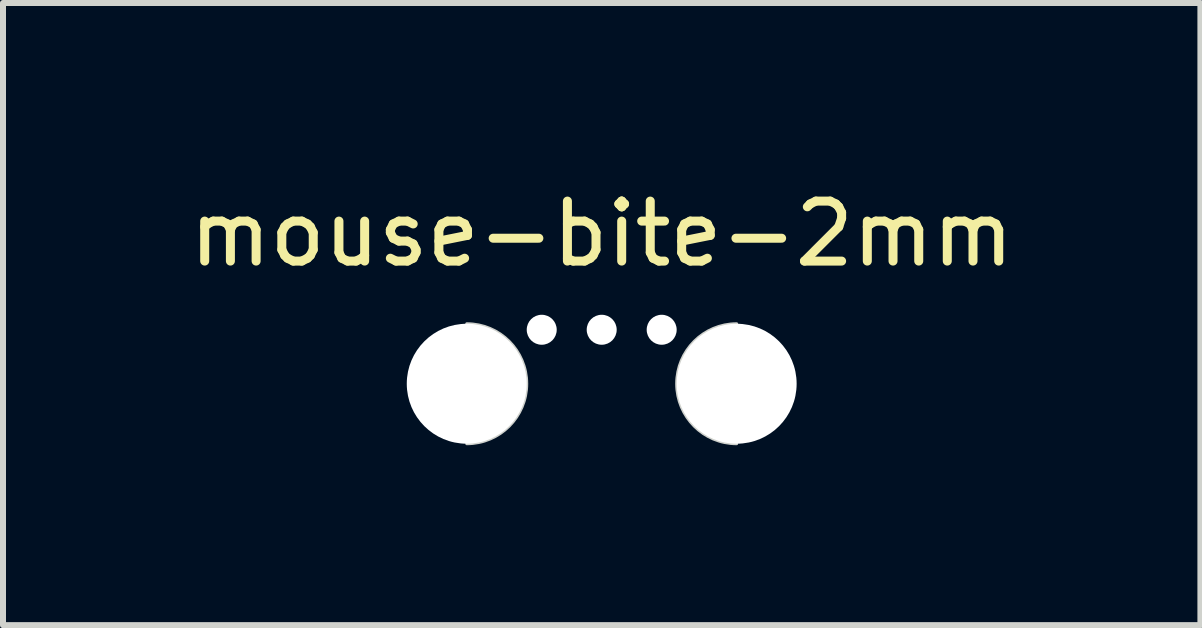
<source format=kicad_pcb>
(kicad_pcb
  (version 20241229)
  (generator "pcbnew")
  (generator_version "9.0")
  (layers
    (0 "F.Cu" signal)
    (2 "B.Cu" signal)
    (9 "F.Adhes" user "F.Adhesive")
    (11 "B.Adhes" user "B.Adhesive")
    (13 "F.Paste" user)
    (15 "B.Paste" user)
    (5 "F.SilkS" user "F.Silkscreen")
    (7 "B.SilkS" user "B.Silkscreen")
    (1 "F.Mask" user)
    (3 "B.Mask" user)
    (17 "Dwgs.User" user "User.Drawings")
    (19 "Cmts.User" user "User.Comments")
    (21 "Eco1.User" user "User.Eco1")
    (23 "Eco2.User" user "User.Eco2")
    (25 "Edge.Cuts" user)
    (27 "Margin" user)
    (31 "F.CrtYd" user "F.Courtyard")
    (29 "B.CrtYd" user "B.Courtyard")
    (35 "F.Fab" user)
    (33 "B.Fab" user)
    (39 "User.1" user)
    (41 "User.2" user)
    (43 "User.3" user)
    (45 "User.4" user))
  (footprint "mouse-bite-2mm"
    (layer "F.Cu")
    (at 6.982 3.348)
    (property "Reference" "mouse-bite-2mm" (at 0 -2.5 0) (layer "F.SilkS") (effects (font (size 1 1) (thickness 0.15))))
    (attr exclude_from_pos_files exclude_from_bom)
    (fp_arc (start -2.25 -1) (mid -1.25 0) (end -2.25 1) (stroke (width 0.05) (type default)) (layer "Edge.Cuts"))
    (fp_arc (start 2.25 1) (mid 1.25 0) (end 2.25 -1) (stroke (width 0.05) (type default)) (layer "Edge.Cuts"))
    (pad "" np_thru_hole circle (at -2.25 0 180) (size 2 2) (drill 2) (layers "*.Cu"))
    (pad "" np_thru_hole circle (at -1 -0.9) (size 0.5 0.5) (drill 0.5) (layers "*.Cu"))
    (pad "" np_thru_hole circle (at 0 -0.9) (size 0.5 0.5) (drill 0.5) (layers "*.Cu"))
    (pad "" np_thru_hole circle (at 1 -0.9) (size 0.5 0.5) (drill 0.5) (layers "*.Cu"))
    (pad "" np_thru_hole circle (at 2.25 0) (size 2 2) (drill 2) (layers "*.Cu")))
  (gr_rect
    (start -3 -3)
    (end 16.964 7.373)
    (stroke (width 0.1) (type default))
    (fill no)
    (layer "Edge.Cuts")))
</source>
